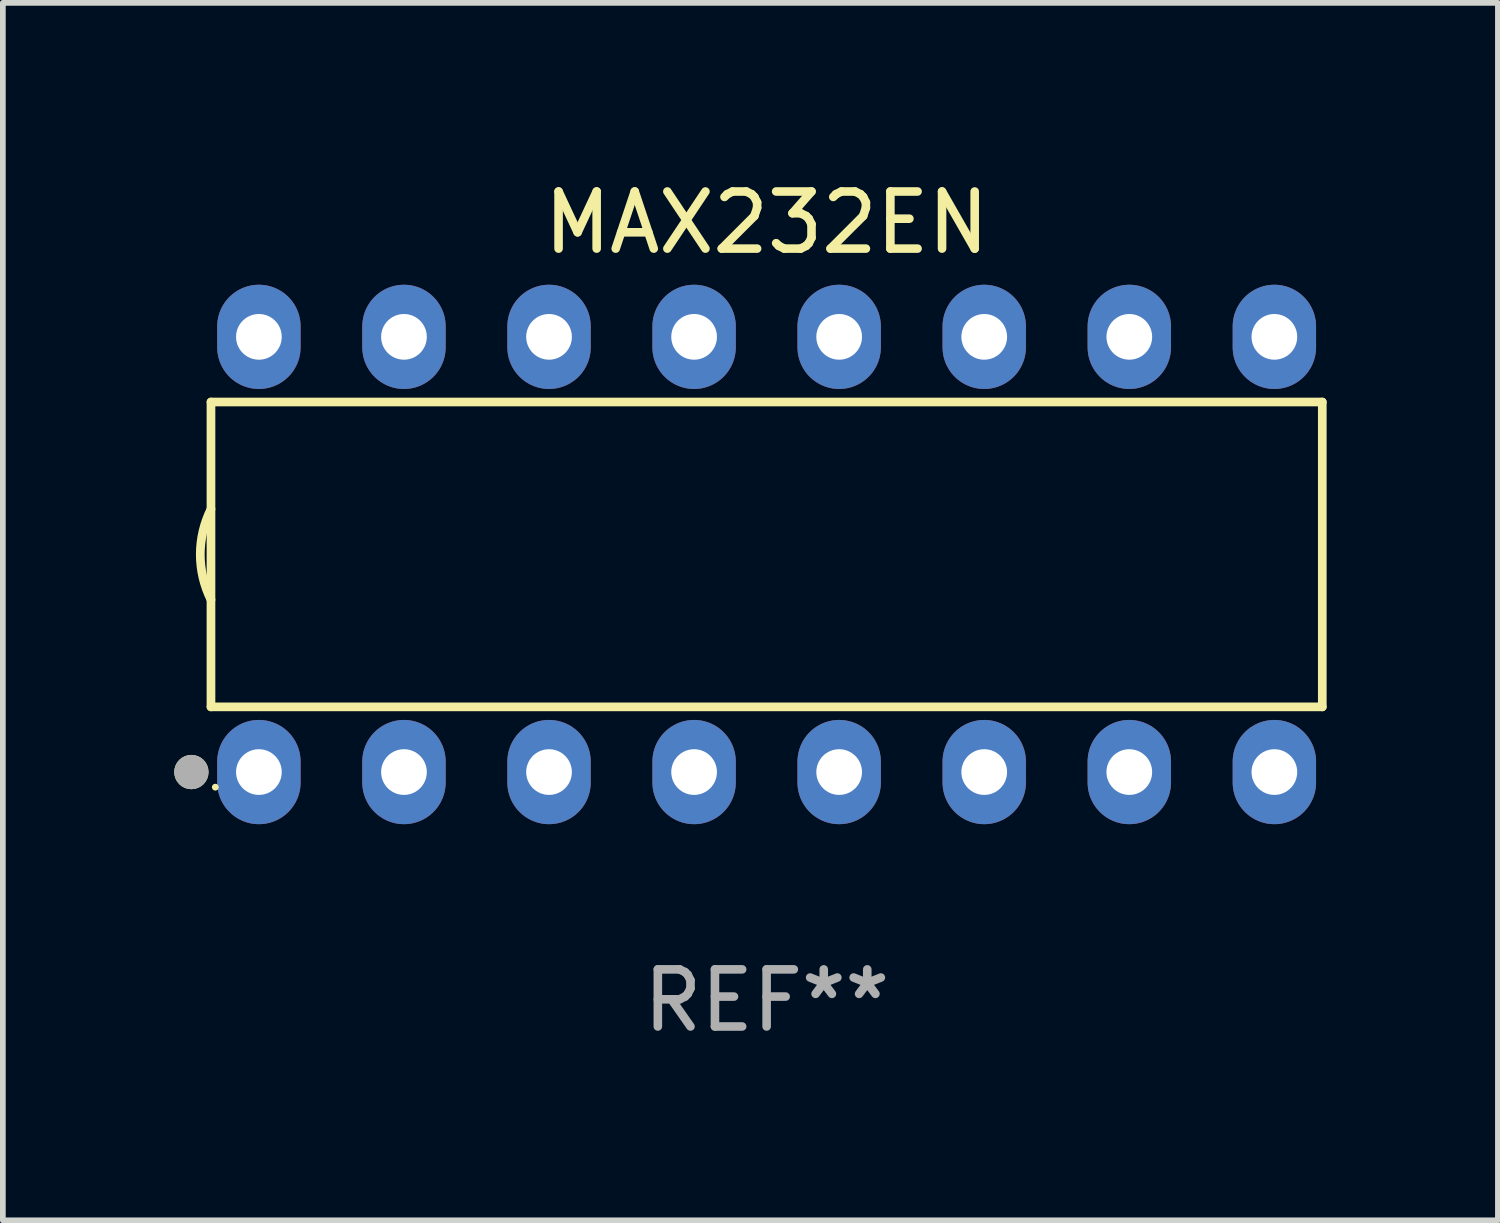
<source format=kicad_pcb>
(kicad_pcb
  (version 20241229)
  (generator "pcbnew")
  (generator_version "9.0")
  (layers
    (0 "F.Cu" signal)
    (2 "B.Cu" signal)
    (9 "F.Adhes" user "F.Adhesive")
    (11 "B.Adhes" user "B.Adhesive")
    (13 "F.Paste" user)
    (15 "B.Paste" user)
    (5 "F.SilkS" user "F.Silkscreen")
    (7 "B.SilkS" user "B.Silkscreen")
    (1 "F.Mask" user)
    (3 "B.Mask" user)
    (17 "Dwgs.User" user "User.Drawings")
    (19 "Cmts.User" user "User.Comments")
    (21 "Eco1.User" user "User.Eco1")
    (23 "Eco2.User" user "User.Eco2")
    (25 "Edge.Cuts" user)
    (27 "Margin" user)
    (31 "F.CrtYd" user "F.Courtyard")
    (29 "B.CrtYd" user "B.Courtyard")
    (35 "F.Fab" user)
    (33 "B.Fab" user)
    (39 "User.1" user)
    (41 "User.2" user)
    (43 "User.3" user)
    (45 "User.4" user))
  (footprint "MAX232EN"
    (layer "F.Cu")
    (at 10.373 6.658)
    (property "Reference" "MAX232EN" (at 0 -5.81 0) (layer "F.SilkS") (effects (font (size 1 1) (thickness 0.15))))
    (attr through_hole)
    (fp_line (start -9.729 -2.669) (end 9.729 -2.669) (stroke (width 0.152) (type solid)) (layer "F.SilkS"))
    (fp_line (start -9.729 2.669) (end -9.729 -2.669) (stroke (width 0.152) (type solid)) (layer "F.SilkS"))
    (fp_line (start 9.729 -2.669) (end 9.729 2.669) (stroke (width 0.152) (type solid)) (layer "F.SilkS"))
    (fp_line (start 9.729 2.669) (end -9.729 2.669) (stroke (width 0.152) (type solid)) (layer "F.SilkS"))
    (fp_arc (start -9.728727 0.793751) (mid -9.916106 0) (end -9.728727 -0.793752) (stroke (width 0.1524) (type solid)) (layer "F.SilkS"))
    (fp_circle (center -10.072 3.81) (end -9.922 3.81) (stroke (width 0.3) (type solid)) (fill no) (layer "F.SilkS"))
    (fp_circle (center -9.653 4.075) (end -9.623 4.075) (stroke (width 0.06) (type solid)) (fill no) (layer "F.SilkS"))
    (fp_circle (center -10.072 3.81) (end -9.922 3.81) (stroke (width 0.3) (type solid)) (fill no) (layer "F.Fab"))
    (fp_text user "REF**" (at 0 7.81 0) (layer "F.Fab") (effects (font (size 1 1) (thickness 0.15))))
    (pad "1" thru_hole oval (at -8.89 3.81) (size 1.46 1.825) (drill 0.8) (layers "*.Cu" "*.Mask"))
    (pad "2" thru_hole oval (at -6.35 3.81) (size 1.46 1.825) (drill 0.8) (layers "*.Cu" "*.Mask"))
    (pad "3" thru_hole oval (at -3.81 3.81) (size 1.46 1.825) (drill 0.8) (layers "*.Cu" "*.Mask"))
    (pad "4" thru_hole oval (at -1.27 3.81) (size 1.46 1.825) (drill 0.8) (layers "*.Cu" "*.Mask"))
    (pad "5" thru_hole oval (at 1.27 3.81) (size 1.46 1.825) (drill 0.8) (layers "*.Cu" "*.Mask"))
    (pad "6" thru_hole oval (at 3.81 3.81) (size 1.46 1.825) (drill 0.8) (layers "*.Cu" "*.Mask"))
    (pad "7" thru_hole oval (at 6.35 3.81) (size 1.46 1.825) (drill 0.8) (layers "*.Cu" "*.Mask"))
    (pad "8" thru_hole oval (at 8.89 3.81) (size 1.46 1.825) (drill 0.8) (layers "*.Cu" "*.Mask"))
    (pad "9" thru_hole oval (at 8.89 -3.81) (size 1.46 1.825) (drill 0.8) (layers "*.Cu" "*.Mask"))
    (pad "10" thru_hole oval (at 6.35 -3.81) (size 1.46 1.825) (drill 0.8) (layers "*.Cu" "*.Mask"))
    (pad "11" thru_hole oval (at 3.81 -3.81) (size 1.46 1.825) (drill 0.8) (layers "*.Cu" "*.Mask"))
    (pad "12" thru_hole oval (at 1.27 -3.81) (size 1.46 1.825) (drill 0.8) (layers "*.Cu" "*.Mask"))
    (pad "13" thru_hole oval (at -1.27 -3.81) (size 1.46 1.825) (drill 0.8) (layers "*.Cu" "*.Mask"))
    (pad "14" thru_hole oval (at -3.81 -3.81) (size 1.46 1.825) (drill 0.8) (layers "*.Cu" "*.Mask"))
    (pad "15" thru_hole oval (at -6.35 -3.81) (size 1.46 1.825) (drill 0.8) (layers "*.Cu" "*.Mask"))
    (pad "16" thru_hole oval (at -8.89 -3.81) (size 1.46 1.825) (drill 0.8) (layers "*.Cu" "*.Mask")))
  (gr_rect
    (start -3 -3)
    (end 23.177 18.317)
    (stroke (width 0.1) (type default))
    (fill no)
    (layer "Edge.Cuts")))
</source>
